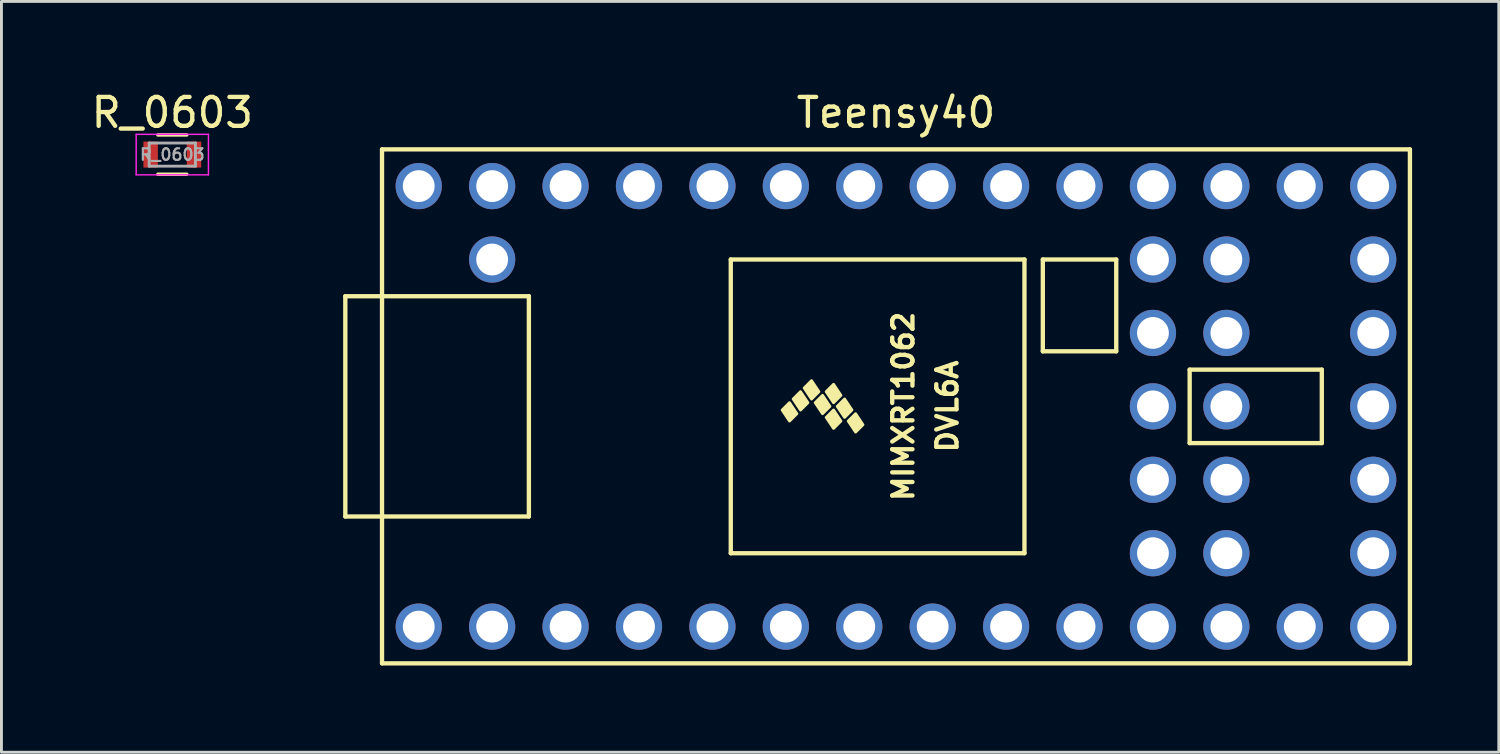
<source format=kicad_pcb>
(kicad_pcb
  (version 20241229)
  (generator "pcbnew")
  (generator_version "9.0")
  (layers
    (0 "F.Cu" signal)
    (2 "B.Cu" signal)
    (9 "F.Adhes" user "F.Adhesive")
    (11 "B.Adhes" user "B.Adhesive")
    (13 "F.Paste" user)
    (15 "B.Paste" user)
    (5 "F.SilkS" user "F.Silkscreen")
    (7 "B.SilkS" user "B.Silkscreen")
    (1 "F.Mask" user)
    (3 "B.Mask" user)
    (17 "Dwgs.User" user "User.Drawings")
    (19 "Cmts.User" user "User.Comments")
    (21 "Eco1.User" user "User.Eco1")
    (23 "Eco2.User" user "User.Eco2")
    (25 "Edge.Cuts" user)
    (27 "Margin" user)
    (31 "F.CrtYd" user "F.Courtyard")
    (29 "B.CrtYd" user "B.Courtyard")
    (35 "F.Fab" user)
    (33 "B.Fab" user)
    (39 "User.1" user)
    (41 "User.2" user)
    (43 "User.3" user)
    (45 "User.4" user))
  (footprint "R_0603"
    (layer "F.Cu")
    (at 2.911 2.298)
    (property "Reference" "R_0603" (at 0 -1.45 0) (layer "F.SilkS") (effects (font (size 1 1) (thickness 0.15))))
    (attr smd)
    (fp_line (start -0.5 -0.68) (end 0.5 -0.68) (stroke (width 0.12) (type solid)) (layer "F.SilkS"))
    (fp_line (start 0.5 0.68) (end -0.5 0.68) (stroke (width 0.12) (type solid)) (layer "F.SilkS"))
    (fp_line (start -1.25 -0.7) (end -1.25 0.7) (stroke (width 0.05) (type solid)) (layer "F.CrtYd"))
    (fp_line (start -1.25 -0.7) (end 1.25 -0.7) (stroke (width 0.05) (type solid)) (layer "F.CrtYd"))
    (fp_line (start 1.25 0.7) (end -1.25 0.7) (stroke (width 0.05) (type solid)) (layer "F.CrtYd"))
    (fp_line (start 1.25 0.7) (end 1.25 -0.7) (stroke (width 0.05) (type solid)) (layer "F.CrtYd"))
    (fp_line (start -0.8 -0.4) (end 0.8 -0.4) (stroke (width 0.1) (type solid)) (layer "F.Fab"))
    (fp_line (start -0.8 0.4) (end -0.8 -0.4) (stroke (width 0.1) (type solid)) (layer "F.Fab"))
    (fp_line (start 0.8 -0.4) (end 0.8 0.4) (stroke (width 0.1) (type solid)) (layer "F.Fab"))
    (fp_line (start 0.8 0.4) (end -0.8 0.4) (stroke (width 0.1) (type solid)) (layer "F.Fab"))
    (fp_text user "${REFERENCE}" (at 0 0 0) (layer "F.Fab") (effects (font (size 0.4 0.4) (thickness 0.075))))
    (pad "1" smd rect (at -0.75 0) (size 0.5 0.9) (layers "F.Cu" "F.Mask" "F.Paste"))
    (pad "2" smd rect (at 0.75 0) (size 0.5 0.9) (layers "F.Cu" "F.Mask" "F.Paste")))
  (footprint "Teensy40"
    (layer "F.Cu")
    (at 27.946 11.008)
    (property "Reference" "Teensy40" (at 0 -10.16 0) (layer "F.SilkS") (effects (font (size 1 1) (thickness 0.15))))
    (attr through_hole)
    (fp_line (start -19.05 -3.81) (end -17.78 -3.81) (stroke (width 0.15) (type solid)) (layer "F.SilkS"))
    (fp_line (start -19.05 3.81) (end -19.05 -3.81) (stroke (width 0.15) (type solid)) (layer "F.SilkS"))
    (fp_line (start -17.78 -8.89) (end 17.78 -8.89) (stroke (width 0.15) (type solid)) (layer "F.SilkS"))
    (fp_line (start -17.78 3.81) (end -19.05 3.81) (stroke (width 0.15) (type solid)) (layer "F.SilkS"))
    (fp_line (start -17.78 8.89) (end -17.78 -8.89) (stroke (width 0.15) (type solid)) (layer "F.SilkS"))
    (fp_line (start -12.7 -3.81) (end -17.78 -3.81) (stroke (width 0.15) (type solid)) (layer "F.SilkS"))
    (fp_line (start -12.7 3.81) (end -17.78 3.81) (stroke (width 0.15) (type solid)) (layer "F.SilkS"))
    (fp_line (start -12.7 3.81) (end -12.7 -3.81) (stroke (width 0.15) (type solid)) (layer "F.SilkS"))
    (fp_line (start -5.715 -5.08) (end -5.715 5.08) (stroke (width 0.15) (type solid)) (layer "F.SilkS"))
    (fp_line (start 4.445 -5.08) (end -5.715 -5.08) (stroke (width 0.15) (type solid)) (layer "F.SilkS"))
    (fp_line (start 4.445 5.08) (end -5.715 5.08) (stroke (width 0.15) (type solid)) (layer "F.SilkS"))
    (fp_line (start 4.445 5.08) (end 4.445 -5.08) (stroke (width 0.15) (type solid)) (layer "F.SilkS"))
    (fp_line (start 5.08 -5.08) (end 7.62 -5.08) (stroke (width 0.15) (type solid)) (layer "F.SilkS"))
    (fp_line (start 5.08 -1.905) (end 5.08 -5.08) (stroke (width 0.15) (type solid)) (layer "F.SilkS"))
    (fp_line (start 7.62 -5.08) (end 7.62 -1.905) (stroke (width 0.15) (type solid)) (layer "F.SilkS"))
    (fp_line (start 7.62 -1.905) (end 5.08 -1.905) (stroke (width 0.15) (type solid)) (layer "F.SilkS"))
    (fp_line (start 10.16 -1.27) (end 14.732 -1.27) (stroke (width 0.15) (type solid)) (layer "F.SilkS"))
    (fp_line (start 10.16 1.27) (end 10.16 -1.27) (stroke (width 0.15) (type solid)) (layer "F.SilkS"))
    (fp_line (start 14.732 -1.27) (end 14.732 1.27) (stroke (width 0.15) (type solid)) (layer "F.SilkS"))
    (fp_line (start 14.732 1.27) (end 10.16 1.27) (stroke (width 0.15) (type solid)) (layer "F.SilkS"))
    (fp_line (start 17.78 -8.89) (end 17.78 8.89) (stroke (width 0.15) (type solid)) (layer "F.SilkS"))
    (fp_line (start 17.78 8.89) (end -17.78 8.89) (stroke (width 0.15) (type solid)) (layer "F.SilkS"))
    (fp_poly (pts (xy -3.937 0.127) (xy -3.683 -0.127) (xy -3.429 0.254) (xy -3.683 0.508)) (stroke (width 0.1) (type solid)) (fill yes) (layer "F.SilkS"))
    (fp_poly (pts (xy -3.556 -0.254) (xy -3.302 -0.508) (xy -3.048 -0.127) (xy -3.302 0.127)) (stroke (width 0.1) (type solid)) (fill yes) (layer "F.SilkS"))
    (fp_poly (pts (xy -3.175 -0.635) (xy -2.921 -0.889) (xy -2.667 -0.508) (xy -2.921 -0.254)) (stroke (width 0.1) (type solid)) (fill yes) (layer "F.SilkS"))
    (fp_poly (pts (xy -2.794 -0.127) (xy -2.54 -0.381) (xy -2.286 0) (xy -2.54 0.254)) (stroke (width 0.1) (type solid)) (fill yes) (layer "F.SilkS"))
    (fp_poly (pts (xy -2.413 -0.508) (xy -2.159 -0.762) (xy -1.905 -0.381) (xy -2.159 -0.127)) (stroke (width 0.1) (type solid)) (fill yes) (layer "F.SilkS"))
    (fp_poly (pts (xy -2.413 0.381) (xy -2.159 0.127) (xy -1.905 0.508) (xy -2.159 0.762)) (stroke (width 0.1) (type solid)) (fill yes) (layer "F.SilkS"))
    (fp_poly (pts (xy -2.032 0) (xy -1.778 -0.254) (xy -1.524 0.127) (xy -1.778 0.381)) (stroke (width 0.1) (type solid)) (fill yes) (layer "F.SilkS"))
    (fp_poly (pts (xy -1.651 0.508) (xy -1.397 0.254) (xy -1.143 0.635) (xy -1.397 0.889)) (stroke (width 0.1) (type solid)) (fill yes) (layer "F.SilkS"))
    (fp_text user "MIMXRT1062" (at 0.254 0 90) (layer "F.SilkS") (effects (font (size 0.7 0.7) (thickness 0.15))))
    (fp_text user "DVL6A" (at 1.778 0 90) (layer "F.SilkS") (effects (font (size 0.7 0.7) (thickness 0.15))))
    (pad "1" thru_hole circle (at -16.51 7.62) (size 1.6 1.6) (drill 1.1) (layers "*.Cu" "*.Mask"))
    (pad "2" thru_hole circle (at -13.97 7.62) (size 1.6 1.6) (drill 1.1) (layers "*.Cu" "*.Mask"))
    (pad "3" thru_hole circle (at -11.43 7.62) (size 1.6 1.6) (drill 1.1) (layers "*.Cu" "*.Mask"))
    (pad "4" thru_hole circle (at -8.89 7.62) (size 1.6 1.6) (drill 1.1) (layers "*.Cu" "*.Mask"))
    (pad "5" thru_hole circle (at -6.35 7.62) (size 1.6 1.6) (drill 1.1) (layers "*.Cu" "*.Mask"))
    (pad "6" thru_hole circle (at -3.81 7.62) (size 1.6 1.6) (drill 1.1) (layers "*.Cu" "*.Mask"))
    (pad "7" thru_hole circle (at -1.27 7.62) (size 1.6 1.6) (drill 1.1) (layers "*.Cu" "*.Mask"))
    (pad "8" thru_hole circle (at 1.27 7.62) (size 1.6 1.6) (drill 1.1) (layers "*.Cu" "*.Mask"))
    (pad "9" thru_hole circle (at 3.81 7.62) (size 1.6 1.6) (drill 1.1) (layers "*.Cu" "*.Mask"))
    (pad "10" thru_hole circle (at 6.35 7.62) (size 1.6 1.6) (drill 1.1) (layers "*.Cu" "*.Mask"))
    (pad "11" thru_hole circle (at 8.89 7.62) (size 1.6 1.6) (drill 1.1) (layers "*.Cu" "*.Mask"))
    (pad "12" thru_hole circle (at 11.43 7.62) (size 1.6 1.6) (drill 1.1) (layers "*.Cu" "*.Mask"))
    (pad "13" thru_hole circle (at 13.97 7.62) (size 1.6 1.6) (drill 1.1) (layers "*.Cu" "*.Mask"))
    (pad "14" thru_hole circle (at 16.51 7.62) (size 1.6 1.6) (drill 1.1) (layers "*.Cu" "*.Mask"))
    (pad "15" thru_hole circle (at 16.51 5.08) (size 1.6 1.6) (drill 1.1) (layers "*.Cu" "*.Mask"))
    (pad "16" thru_hole circle (at 16.51 2.54) (size 1.6 1.6) (drill 1.1) (layers "*.Cu" "*.Mask"))
    (pad "17" thru_hole circle (at 16.51 0) (size 1.6 1.6) (drill 1.1) (layers "*.Cu" "*.Mask"))
    (pad "18" thru_hole circle (at 16.51 -2.54) (size 1.6 1.6) (drill 1.1) (layers "*.Cu" "*.Mask"))
    (pad "19" thru_hole circle (at 16.51 -5.08) (size 1.6 1.6) (drill 1.1) (layers "*.Cu" "*.Mask"))
    (pad "20" thru_hole circle (at 16.51 -7.62) (size 1.6 1.6) (drill 1.1) (layers "*.Cu" "*.Mask"))
    (pad "21" thru_hole circle (at 13.97 -7.62) (size 1.6 1.6) (drill 1.1) (layers "*.Cu" "*.Mask"))
    (pad "22" thru_hole circle (at 11.43 -7.62) (size 1.6 1.6) (drill 1.1) (layers "*.Cu" "*.Mask"))
    (pad "23" thru_hole circle (at 8.89 -7.62) (size 1.6 1.6) (drill 1.1) (layers "*.Cu" "*.Mask"))
    (pad "24" thru_hole circle (at 6.35 -7.62) (size 1.6 1.6) (drill 1.1) (layers "*.Cu" "*.Mask"))
    (pad "25" thru_hole circle (at 3.81 -7.62) (size 1.6 1.6) (drill 1.1) (layers "*.Cu" "*.Mask"))
    (pad "26" thru_hole circle (at 1.27 -7.62) (size 1.6 1.6) (drill 1.1) (layers "*.Cu" "*.Mask"))
    (pad "27" thru_hole circle (at -1.27 -7.62) (size 1.6 1.6) (drill 1.1) (layers "*.Cu" "*.Mask"))
    (pad "28" thru_hole circle (at -3.81 -7.62) (size 1.6 1.6) (drill 1.1) (layers "*.Cu" "*.Mask"))
    (pad "29" thru_hole circle (at -6.35 -7.62) (size 1.6 1.6) (drill 1.1) (layers "*.Cu" "*.Mask"))
    (pad "30" thru_hole circle (at -8.89 -7.62) (size 1.6 1.6) (drill 1.1) (layers "*.Cu" "*.Mask"))
    (pad "31" thru_hole circle (at -11.43 -7.62) (size 1.6 1.6) (drill 1.1) (layers "*.Cu" "*.Mask"))
    (pad "32" thru_hole circle (at -13.97 -7.62) (size 1.6 1.6) (drill 1.1) (layers "*.Cu" "*.Mask"))
    (pad "33" thru_hole circle (at -16.51 -7.62) (size 1.6 1.6) (drill 1.1) (layers "*.Cu" "*.Mask"))
    (pad "34" thru_hole circle (at -13.97 -5.08) (size 1.6 1.6) (drill 1.1) (layers "*.Cu" "*.Mask"))
    (pad "35" thru_hole circle (at 11.43 -5.08) (size 1.6 1.6) (drill 1.1) (layers "*.Cu" "*.Mask"))
    (pad "36" thru_hole circle (at 8.89 -5.08) (size 1.6 1.6) (drill 1.1) (layers "*.Cu" "*.Mask"))
    (pad "37" thru_hole circle (at 11.43 -2.54) (size 1.6 1.6) (drill 1.1) (layers "*.Cu" "*.Mask"))
    (pad "38" thru_hole circle (at 8.89 -2.54) (size 1.6 1.6) (drill 1.1) (layers "*.Cu" "*.Mask"))
    (pad "39" thru_hole circle (at 11.43 0) (size 1.6 1.6) (drill 1.1) (layers "*.Cu" "*.Mask"))
    (pad "40" thru_hole circle (at 8.89 0) (size 1.6 1.6) (drill 1.1) (layers "*.Cu" "*.Mask"))
    (pad "41" thru_hole circle (at 11.43 2.54) (size 1.6 1.6) (drill 1.1) (layers "*.Cu" "*.Mask"))
    (pad "42" thru_hole circle (at 8.89 2.54) (size 1.6 1.6) (drill 1.1) (layers "*.Cu" "*.Mask"))
    (pad "43" thru_hole circle (at 11.43 5.08) (size 1.6 1.6) (drill 1.1) (layers "*.Cu" "*.Mask"))
    (pad "44" thru_hole circle (at 8.89 5.08) (size 1.6 1.6) (drill 1.1) (layers "*.Cu" "*.Mask")))
  (gr_rect
    (start -3 -3)
    (end 48.801 22.973)
    (stroke (width 0.1) (type default))
    (fill no)
    (layer "Edge.Cuts")))
</source>
